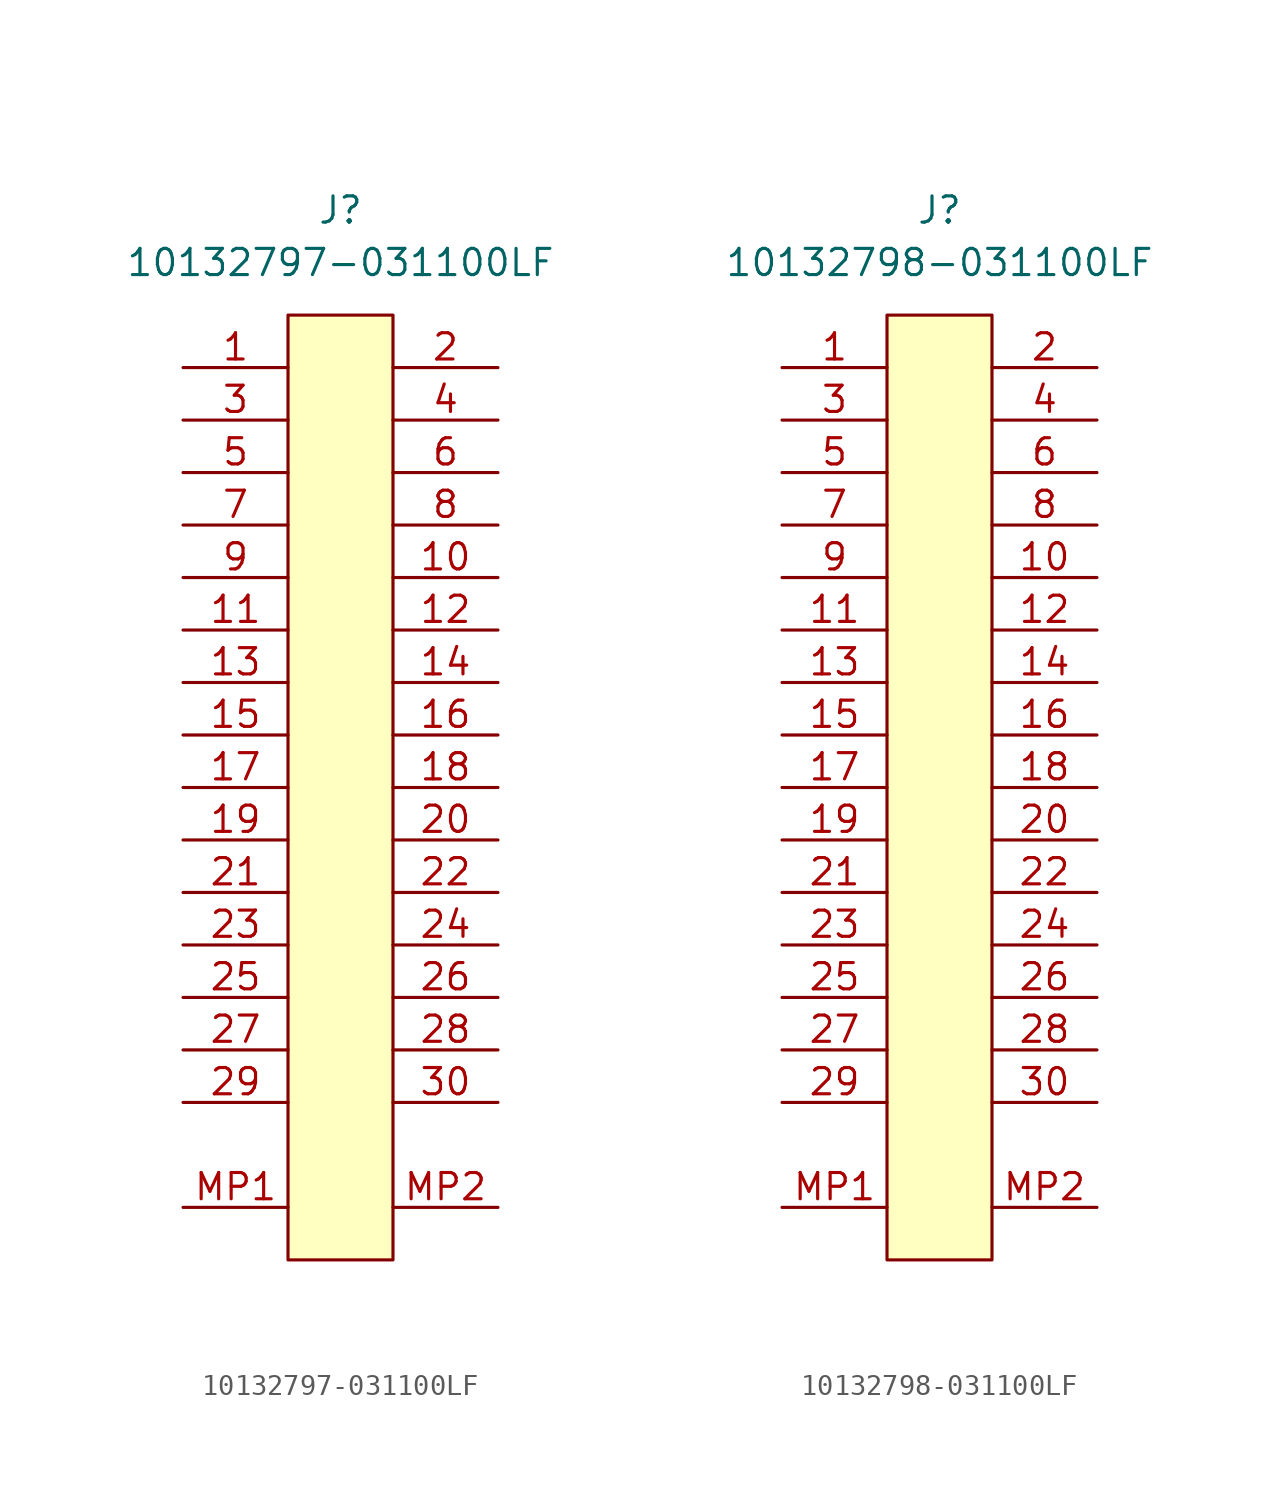
<source format=kicad_sym>
(kicad_symbol_lib
  (version 20241209)
  (generator "kicad_symbol_editor")
  (generator_version "9.0")
  (symbol "10132797-031100LF"
    (pin_names
      (hide yes))
    (property "Reference" "J"
      (at 0 5.08 0)
      (effects (font (size 1.27 1.27))))
    (property "Value" "10132797-031100LF"
      (at 0 2.54 0)
      (effects (font (size 1.27 1.27))))
    (symbol "10132797-031100LF_1_1"
      (rectangle (start -2.54 0) (end 2.54 -45.72) (stroke (width 0) (type solid)) (fill (type background)))
      (pin passive line (at -7.62 -2.54 0) (length 5.08) (name "Pin_1" (effects (font (size 1.27 1.27)))) (number "1" (effects (font (size 1.27 1.27)))))
      (pin passive line (at -7.62 -5.08 0) (length 5.08) (name "Pin_3" (effects (font (size 1.27 1.27)))) (number "3" (effects (font (size 1.27 1.27)))))
      (pin passive line (at -7.62 -7.62 0) (length 5.08) (name "Pin_5" (effects (font (size 1.27 1.27)))) (number "5" (effects (font (size 1.27 1.27)))))
      (pin passive line (at -7.62 -10.16 0) (length 5.08) (name "Pin_7" (effects (font (size 1.27 1.27)))) (number "7" (effects (font (size 1.27 1.27)))))
      (pin passive line (at -7.62 -12.7 0) (length 5.08) (name "Pin_9" (effects (font (size 1.27 1.27)))) (number "9" (effects (font (size 1.27 1.27)))))
      (pin passive line (at -7.62 -15.24 0) (length 5.08) (name "Pin_11" (effects (font (size 1.27 1.27)))) (number "11" (effects (font (size 1.27 1.27)))))
      (pin passive line (at -7.62 -17.78 0) (length 5.08) (name "Pin_13" (effects (font (size 1.27 1.27)))) (number "13" (effects (font (size 1.27 1.27)))))
      (pin passive line (at -7.62 -20.32 0) (length 5.08) (name "Pin_15" (effects (font (size 1.27 1.27)))) (number "15" (effects (font (size 1.27 1.27)))))
      (pin passive line (at -7.62 -22.86 0) (length 5.08) (name "Pin_17" (effects (font (size 1.27 1.27)))) (number "17" (effects (font (size 1.27 1.27)))))
      (pin passive line (at -7.62 -25.4 0) (length 5.08) (name "Pin_19" (effects (font (size 1.27 1.27)))) (number "19" (effects (font (size 1.27 1.27)))))
      (pin passive line (at -7.62 -27.94 0) (length 5.08) (name "Pin_21" (effects (font (size 1.27 1.27)))) (number "21" (effects (font (size 1.27 1.27)))))
      (pin passive line (at -7.62 -30.48 0) (length 5.08) (name "Pin_23" (effects (font (size 1.27 1.27)))) (number "23" (effects (font (size 1.27 1.27)))))
      (pin passive line (at -7.62 -33.02 0) (length 5.08) (name "Pin_25" (effects (font (size 1.27 1.27)))) (number "25" (effects (font (size 1.27 1.27)))))
      (pin passive line (at -7.62 -35.56 0) (length 5.08) (name "Pin_27" (effects (font (size 1.27 1.27)))) (number "27" (effects (font (size 1.27 1.27)))))
      (pin passive line (at -7.62 -38.1 0) (length 5.08) (name "Pin_29" (effects (font (size 1.27 1.27)))) (number "29" (effects (font (size 1.27 1.27)))))
      (pin passive line (at -7.62 -43.18 0) (length 5.08) (name "MountPin" (effects (font (size 1.27 1.27)))) (number "MP1" (effects (font (size 1.27 1.27)))))
      (pin passive line (at 7.62 -2.54 180) (length 5.08) (name "Pin_2" (effects (font (size 1.27 1.27)))) (number "2" (effects (font (size 1.27 1.27)))))
      (pin passive line (at 7.62 -5.08 180) (length 5.08) (name "Pin_4" (effects (font (size 1.27 1.27)))) (number "4" (effects (font (size 1.27 1.27)))))
      (pin passive line (at 7.62 -7.62 180) (length 5.08) (name "Pin_6" (effects (font (size 1.27 1.27)))) (number "6" (effects (font (size 1.27 1.27)))))
      (pin passive line (at 7.62 -10.16 180) (length 5.08) (name "Pin_8" (effects (font (size 1.27 1.27)))) (number "8" (effects (font (size 1.27 1.27)))))
      (pin passive line (at 7.62 -12.7 180) (length 5.08) (name "Pin_10" (effects (font (size 1.27 1.27)))) (number "10" (effects (font (size 1.27 1.27)))))
      (pin passive line (at 7.62 -15.24 180) (length 5.08) (name "Pin_12" (effects (font (size 1.27 1.27)))) (number "12" (effects (font (size 1.27 1.27)))))
      (pin passive line (at 7.62 -17.78 180) (length 5.08) (name "Pin_14" (effects (font (size 1.27 1.27)))) (number "14" (effects (font (size 1.27 1.27)))))
      (pin passive line (at 7.62 -20.32 180) (length 5.08) (name "Pin_16" (effects (font (size 1.27 1.27)))) (number "16" (effects (font (size 1.27 1.27)))))
      (pin passive line (at 7.62 -22.86 180) (length 5.08) (name "Pin_18" (effects (font (size 1.27 1.27)))) (number "18" (effects (font (size 1.27 1.27)))))
      (pin passive line (at 7.62 -25.4 180) (length 5.08) (name "Pin_20" (effects (font (size 1.27 1.27)))) (number "20" (effects (font (size 1.27 1.27)))))
      (pin passive line (at 7.62 -27.94 180) (length 5.08) (name "Pin_22" (effects (font (size 1.27 1.27)))) (number "22" (effects (font (size 1.27 1.27)))))
      (pin passive line (at 7.62 -30.48 180) (length 5.08) (name "Pin_24" (effects (font (size 1.27 1.27)))) (number "24" (effects (font (size 1.27 1.27)))))
      (pin passive line (at 7.62 -33.02 180) (length 5.08) (name "Pin_26" (effects (font (size 1.27 1.27)))) (number "26" (effects (font (size 1.27 1.27)))))
      (pin passive line (at 7.62 -35.56 180) (length 5.08) (name "Pin_28" (effects (font (size 1.27 1.27)))) (number "28" (effects (font (size 1.27 1.27)))))
      (pin passive line (at 7.62 -38.1 180) (length 5.08) (name "Pin_30" (effects (font (size 1.27 1.27)))) (number "30" (effects (font (size 1.27 1.27)))))
      (pin passive line (at 7.62 -43.18 180) (length 5.08) (name "MountPin" (effects (font (size 1.27 1.27)))) (number "MP2" (effects (font (size 1.27 1.27)))))))
  (symbol "10132798-031100LF"
    (pin_names
      (hide yes))
    (property "Reference" "J"
      (at 0 5.08 0)
      (effects (font (size 1.27 1.27))))
    (property "Value" "10132798-031100LF"
      (at 0 2.54 0)
      (effects (font (size 1.27 1.27))))
    (symbol "10132798-031100LF_1_1"
      (rectangle (start -2.54 0) (end 2.54 -45.72) (stroke (width 0) (type solid)) (fill (type background)))
      (pin passive line (at -7.62 -2.54 0) (length 5.08) (name "Pin_1" (effects (font (size 1.27 1.27)))) (number "1" (effects (font (size 1.27 1.27)))))
      (pin passive line (at -7.62 -5.08 0) (length 5.08) (name "Pin_3" (effects (font (size 1.27 1.27)))) (number "3" (effects (font (size 1.27 1.27)))))
      (pin passive line (at -7.62 -7.62 0) (length 5.08) (name "Pin_5" (effects (font (size 1.27 1.27)))) (number "5" (effects (font (size 1.27 1.27)))))
      (pin passive line (at -7.62 -10.16 0) (length 5.08) (name "Pin_7" (effects (font (size 1.27 1.27)))) (number "7" (effects (font (size 1.27 1.27)))))
      (pin passive line (at -7.62 -12.7 0) (length 5.08) (name "Pin_9" (effects (font (size 1.27 1.27)))) (number "9" (effects (font (size 1.27 1.27)))))
      (pin passive line (at -7.62 -15.24 0) (length 5.08) (name "Pin_11" (effects (font (size 1.27 1.27)))) (number "11" (effects (font (size 1.27 1.27)))))
      (pin passive line (at -7.62 -17.78 0) (length 5.08) (name "Pin_13" (effects (font (size 1.27 1.27)))) (number "13" (effects (font (size 1.27 1.27)))))
      (pin passive line (at -7.62 -20.32 0) (length 5.08) (name "Pin_15" (effects (font (size 1.27 1.27)))) (number "15" (effects (font (size 1.27 1.27)))))
      (pin passive line (at -7.62 -22.86 0) (length 5.08) (name "Pin_17" (effects (font (size 1.27 1.27)))) (number "17" (effects (font (size 1.27 1.27)))))
      (pin passive line (at -7.62 -25.4 0) (length 5.08) (name "Pin_19" (effects (font (size 1.27 1.27)))) (number "19" (effects (font (size 1.27 1.27)))))
      (pin passive line (at -7.62 -27.94 0) (length 5.08) (name "Pin_21" (effects (font (size 1.27 1.27)))) (number "21" (effects (font (size 1.27 1.27)))))
      (pin passive line (at -7.62 -30.48 0) (length 5.08) (name "Pin_23" (effects (font (size 1.27 1.27)))) (number "23" (effects (font (size 1.27 1.27)))))
      (pin passive line (at -7.62 -33.02 0) (length 5.08) (name "Pin_25" (effects (font (size 1.27 1.27)))) (number "25" (effects (font (size 1.27 1.27)))))
      (pin passive line (at -7.62 -35.56 0) (length 5.08) (name "Pin_27" (effects (font (size 1.27 1.27)))) (number "27" (effects (font (size 1.27 1.27)))))
      (pin passive line (at -7.62 -38.1 0) (length 5.08) (name "Pin_29" (effects (font (size 1.27 1.27)))) (number "29" (effects (font (size 1.27 1.27)))))
      (pin passive line (at -7.62 -43.18 0) (length 5.08) (name "MountPin" (effects (font (size 1.27 1.27)))) (number "MP1" (effects (font (size 1.27 1.27)))))
      (pin passive line (at 7.62 -2.54 180) (length 5.08) (name "Pin_2" (effects (font (size 1.27 1.27)))) (number "2" (effects (font (size 1.27 1.27)))))
      (pin passive line (at 7.62 -5.08 180) (length 5.08) (name "Pin_4" (effects (font (size 1.27 1.27)))) (number "4" (effects (font (size 1.27 1.27)))))
      (pin passive line (at 7.62 -7.62 180) (length 5.08) (name "Pin_6" (effects (font (size 1.27 1.27)))) (number "6" (effects (font (size 1.27 1.27)))))
      (pin passive line (at 7.62 -10.16 180) (length 5.08) (name "Pin_8" (effects (font (size 1.27 1.27)))) (number "8" (effects (font (size 1.27 1.27)))))
      (pin passive line (at 7.62 -12.7 180) (length 5.08) (name "Pin_10" (effects (font (size 1.27 1.27)))) (number "10" (effects (font (size 1.27 1.27)))))
      (pin passive line (at 7.62 -15.24 180) (length 5.08) (name "Pin_12" (effects (font (size 1.27 1.27)))) (number "12" (effects (font (size 1.27 1.27)))))
      (pin passive line (at 7.62 -17.78 180) (length 5.08) (name "Pin_14" (effects (font (size 1.27 1.27)))) (number "14" (effects (font (size 1.27 1.27)))))
      (pin passive line (at 7.62 -20.32 180) (length 5.08) (name "Pin_16" (effects (font (size 1.27 1.27)))) (number "16" (effects (font (size 1.27 1.27)))))
      (pin passive line (at 7.62 -22.86 180) (length 5.08) (name "Pin_18" (effects (font (size 1.27 1.27)))) (number "18" (effects (font (size 1.27 1.27)))))
      (pin passive line (at 7.62 -25.4 180) (length 5.08) (name "Pin_20" (effects (font (size 1.27 1.27)))) (number "20" (effects (font (size 1.27 1.27)))))
      (pin passive line (at 7.62 -27.94 180) (length 5.08) (name "Pin_22" (effects (font (size 1.27 1.27)))) (number "22" (effects (font (size 1.27 1.27)))))
      (pin passive line (at 7.62 -30.48 180) (length 5.08) (name "Pin_24" (effects (font (size 1.27 1.27)))) (number "24" (effects (font (size 1.27 1.27)))))
      (pin passive line (at 7.62 -33.02 180) (length 5.08) (name "Pin_26" (effects (font (size 1.27 1.27)))) (number "26" (effects (font (size 1.27 1.27)))))
      (pin passive line (at 7.62 -35.56 180) (length 5.08) (name "Pin_28" (effects (font (size 1.27 1.27)))) (number "28" (effects (font (size 1.27 1.27)))))
      (pin passive line (at 7.62 -38.1 180) (length 5.08) (name "Pin_30" (effects (font (size 1.27 1.27)))) (number "30" (effects (font (size 1.27 1.27)))))
      (pin passive line (at 7.62 -43.18 180) (length 5.08) (name "MountPin" (effects (font (size 1.27 1.27)))) (number "MP2" (effects (font (size 1.27 1.27))))))))
</source>
